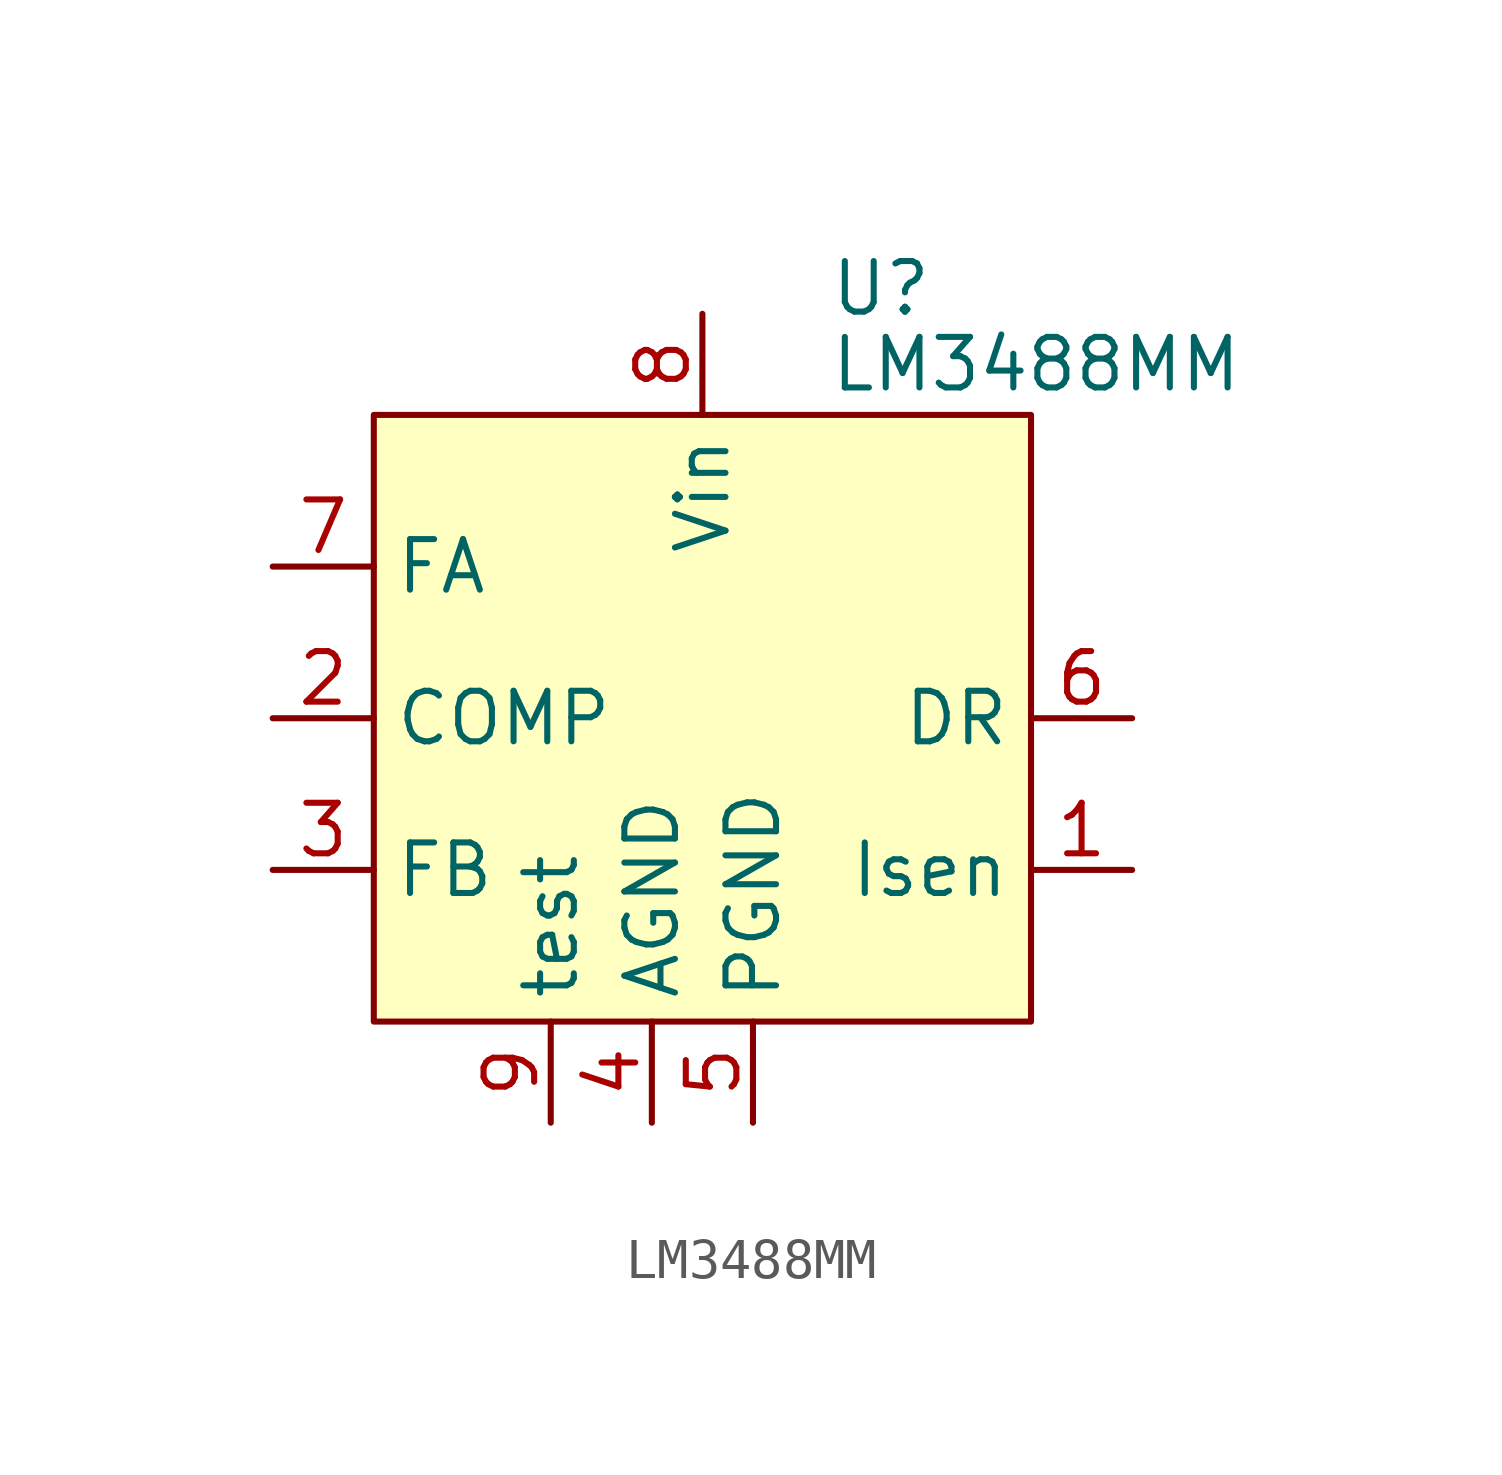
<source format=kicad_sym>
(kicad_symbol_lib
  (version 20220914)
  (generator kicad_symbol_editor)
  (symbol "LM3488MM"
    (property "Reference" "U"
      (at 3.175 10.795 0)
      (effects (font (size 1.27 1.27)) (justify left)))
    (property "Value" "LM3488MM"
      (at 3.175 8.89 0)
      (effects (font (size 1.27 1.27)) (justify left)))
    (symbol "LM3488MM_1_1"
      (rectangle (start -8.255 7.62) (end 8.255 -7.62) (stroke (width 0) (type default)) (fill (type background)))
      (pin input line (at 10.795 -3.81 180) (length 2.54) (name "Isen" (effects (font (size 1.27 1.27)))) (number "1" (effects (font (size 1.27 1.27)))))
      (pin input line (at -10.795 0 0) (length 2.54) (name "COMP" (effects (font (size 1.27 1.27)))) (number "2" (effects (font (size 1.27 1.27)))))
      (pin input line (at -10.795 -3.81 0) (length 2.54) (name "FB" (effects (font (size 1.27 1.27)))) (number "3" (effects (font (size 1.27 1.27)))))
      (pin power_in line (at -1.27 -10.16 90) (length 2.54) (name "AGND" (effects (font (size 1.27 1.27)))) (number "4" (effects (font (size 1.27 1.27)))))
      (pin power_in line (at 1.27 -10.16 90) (length 2.54) (name "PGND" (effects (font (size 1.27 1.27)))) (number "5" (effects (font (size 1.27 1.27)))))
      (pin output line (at 10.795 0 180) (length 2.54) (name "DR" (effects (font (size 1.27 1.27)))) (number "6" (effects (font (size 1.27 1.27)))))
      (pin input line (at -10.795 3.81 0) (length 2.54) (name "FA" (effects (font (size 1.27 1.27)))) (number "7" (effects (font (size 1.27 1.27)))))
      (pin power_in line (at 0 10.16 270) (length 2.54) (name "Vin" (effects (font (size 1.27 1.27)))) (number "8" (effects (font (size 1.27 1.27)))))
      (pin power_in line (at -3.81 -10.16 90) (length 2.54) (name "test" (effects (font (size 1.27 1.27)))) (number "9" (effects (font (size 1.27 1.27))))))))
</source>
